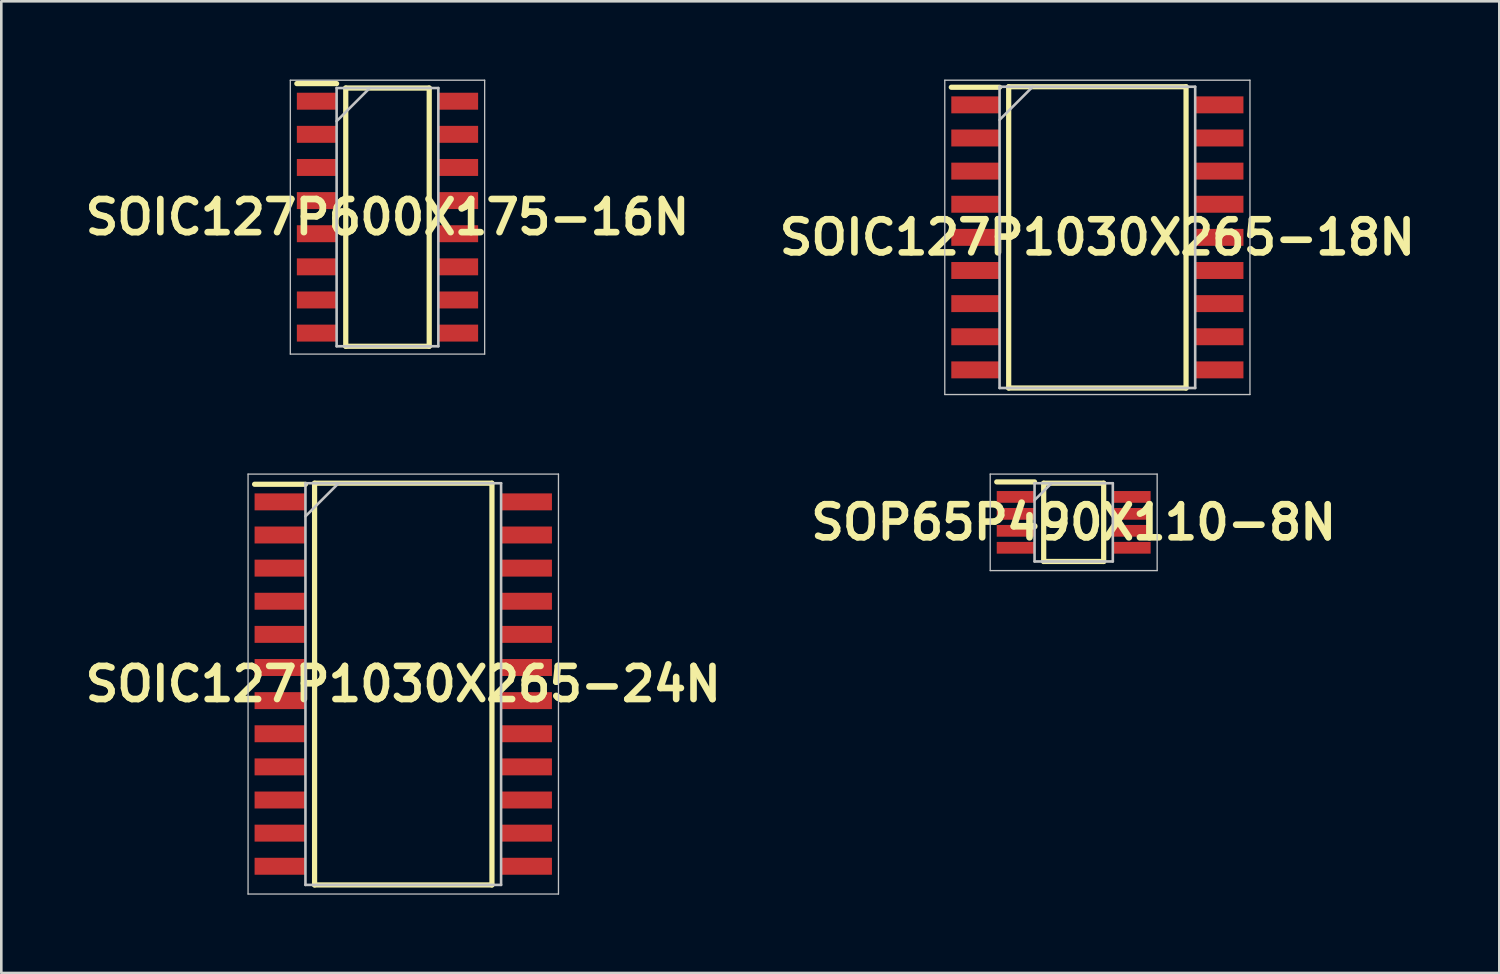
<source format=kicad_pcb>
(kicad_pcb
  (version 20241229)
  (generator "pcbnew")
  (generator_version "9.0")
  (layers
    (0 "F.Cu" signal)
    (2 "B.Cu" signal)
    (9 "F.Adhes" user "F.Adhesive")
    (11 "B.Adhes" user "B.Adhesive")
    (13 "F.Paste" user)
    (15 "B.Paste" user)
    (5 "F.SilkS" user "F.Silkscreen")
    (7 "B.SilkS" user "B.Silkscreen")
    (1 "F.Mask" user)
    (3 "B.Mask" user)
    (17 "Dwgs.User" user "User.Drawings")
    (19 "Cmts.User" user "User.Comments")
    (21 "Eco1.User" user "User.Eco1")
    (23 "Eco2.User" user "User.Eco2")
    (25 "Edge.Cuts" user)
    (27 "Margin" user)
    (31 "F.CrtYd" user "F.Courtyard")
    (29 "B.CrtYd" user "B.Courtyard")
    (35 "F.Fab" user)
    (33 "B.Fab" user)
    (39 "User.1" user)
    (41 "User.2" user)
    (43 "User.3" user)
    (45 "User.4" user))
  (footprint "SOP65P490X110-8N"
    (layer "F.Cu")
    (at 38.112 16.975)
    (property "Reference" "SOP65P490X110-8N" (at 0 0 0) (layer "F.SilkS") (effects (font (size 1.27 1.27) (thickness 0.254))))
    (attr smd)
    (fp_line (start -2.95 -1.55) (end -1.5 -1.55) (stroke (width 0.2) (type solid)) (layer "F.SilkS"))
    (fp_line (start -1.15 -1.5) (end 1.15 -1.5) (stroke (width 0.2) (type solid)) (layer "F.SilkS"))
    (fp_line (start -1.15 1.5) (end -1.15 -1.5) (stroke (width 0.2) (type solid)) (layer "F.SilkS"))
    (fp_line (start 1.15 -1.5) (end 1.15 1.5) (stroke (width 0.2) (type solid)) (layer "F.SilkS"))
    (fp_line (start 1.15 1.5) (end -1.15 1.5) (stroke (width 0.2) (type solid)) (layer "F.SilkS"))
    (fp_line (start -3.2 -1.85) (end 3.2 -1.85) (stroke (width 0.05) (type solid)) (layer "Dwgs.User"))
    (fp_line (start -3.2 1.85) (end -3.2 -1.85) (stroke (width 0.05) (type solid)) (layer "Dwgs.User"))
    (fp_line (start -1.5 -1.5) (end 1.5 -1.5) (stroke (width 0.1) (type solid)) (layer "Dwgs.User"))
    (fp_line (start -1.5 -0.85) (end -0.85 -1.5) (stroke (width 0.1) (type solid)) (layer "Dwgs.User"))
    (fp_line (start -1.5 1.5) (end -1.5 -1.5) (stroke (width 0.1) (type solid)) (layer "Dwgs.User"))
    (fp_line (start 1.5 -1.5) (end 1.5 1.5) (stroke (width 0.1) (type solid)) (layer "Dwgs.User"))
    (fp_line (start 1.5 1.5) (end -1.5 1.5) (stroke (width 0.1) (type solid)) (layer "Dwgs.User"))
    (fp_line (start 3.2 -1.85) (end 3.2 1.85) (stroke (width 0.05) (type solid)) (layer "Dwgs.User"))
    (fp_line (start 3.2 1.85) (end -3.2 1.85) (stroke (width 0.05) (type solid)) (layer "Dwgs.User"))
    (pad "1" smd rect (at -2.225 -0.975 90) (size 0.45 1.45) (layers "F.Cu" "F.Mask" "F.Paste"))
    (pad "2" smd rect (at -2.225 -0.325 90) (size 0.45 1.45) (layers "F.Cu" "F.Mask" "F.Paste"))
    (pad "3" smd rect (at -2.225 0.325 90) (size 0.45 1.45) (layers "F.Cu" "F.Mask" "F.Paste"))
    (pad "4" smd rect (at -2.225 0.975 90) (size 0.45 1.45) (layers "F.Cu" "F.Mask" "F.Paste"))
    (pad "5" smd rect (at 2.225 0.975 90) (size 0.45 1.45) (layers "F.Cu" "F.Mask" "F.Paste"))
    (pad "6" smd rect (at 2.225 0.325 90) (size 0.45 1.45) (layers "F.Cu" "F.Mask" "F.Paste"))
    (pad "7" smd rect (at 2.225 -0.325 90) (size 0.45 1.45) (layers "F.Cu" "F.Mask" "F.Paste"))
    (pad "8" smd rect (at 2.225 -0.975 90) (size 0.45 1.45) (layers "F.Cu" "F.Mask" "F.Paste")))
  (footprint "SOIC127P1030X265-18N"
    (layer "F.Cu")
    (at 39.02 6.05)
    (property "Reference" "SOIC127P1030X265-18N" (at 0 0 0) (layer "F.SilkS") (effects (font (size 1.27 1.27) (thickness 0.254))))
    (attr smd)
    (fp_line (start -5.6 -5.755) (end -3.75 -5.755) (stroke (width 0.2) (type solid)) (layer "F.SilkS"))
    (fp_line (start -3.4 -5.775) (end 3.4 -5.775) (stroke (width 0.2) (type solid)) (layer "F.SilkS"))
    (fp_line (start -3.4 5.775) (end -3.4 -5.775) (stroke (width 0.2) (type solid)) (layer "F.SilkS"))
    (fp_line (start 3.4 -5.775) (end 3.4 5.775) (stroke (width 0.2) (type solid)) (layer "F.SilkS"))
    (fp_line (start 3.4 5.775) (end -3.4 5.775) (stroke (width 0.2) (type solid)) (layer "F.SilkS"))
    (fp_line (start -5.85 -6.025) (end 5.85 -6.025) (stroke (width 0.05) (type solid)) (layer "Dwgs.User"))
    (fp_line (start -5.85 6.025) (end -5.85 -6.025) (stroke (width 0.05) (type solid)) (layer "Dwgs.User"))
    (fp_line (start -3.75 -5.775) (end 3.75 -5.775) (stroke (width 0.1) (type solid)) (layer "Dwgs.User"))
    (fp_line (start -3.75 -4.505) (end -2.48 -5.775) (stroke (width 0.1) (type solid)) (layer "Dwgs.User"))
    (fp_line (start -3.75 5.775) (end -3.75 -5.775) (stroke (width 0.1) (type solid)) (layer "Dwgs.User"))
    (fp_line (start 3.75 -5.775) (end 3.75 5.775) (stroke (width 0.1) (type solid)) (layer "Dwgs.User"))
    (fp_line (start 3.75 5.775) (end -3.75 5.775) (stroke (width 0.1) (type solid)) (layer "Dwgs.User"))
    (fp_line (start 5.85 -6.025) (end 5.85 6.025) (stroke (width 0.05) (type solid)) (layer "Dwgs.User"))
    (fp_line (start 5.85 6.025) (end -5.85 6.025) (stroke (width 0.05) (type solid)) (layer "Dwgs.User"))
    (pad "1" smd rect (at -4.675 -5.08 90) (size 0.65 1.85) (layers "F.Cu" "F.Mask" "F.Paste"))
    (pad "2" smd rect (at -4.675 -3.81 90) (size 0.65 1.85) (layers "F.Cu" "F.Mask" "F.Paste"))
    (pad "3" smd rect (at -4.675 -2.54 90) (size 0.65 1.85) (layers "F.Cu" "F.Mask" "F.Paste"))
    (pad "4" smd rect (at -4.675 -1.27 90) (size 0.65 1.85) (layers "F.Cu" "F.Mask" "F.Paste"))
    (pad "5" smd rect (at -4.675 0 90) (size 0.65 1.85) (layers "F.Cu" "F.Mask" "F.Paste"))
    (pad "6" smd rect (at -4.675 1.27 90) (size 0.65 1.85) (layers "F.Cu" "F.Mask" "F.Paste"))
    (pad "7" smd rect (at -4.675 2.54 90) (size 0.65 1.85) (layers "F.Cu" "F.Mask" "F.Paste"))
    (pad "8" smd rect (at -4.675 3.81 90) (size 0.65 1.85) (layers "F.Cu" "F.Mask" "F.Paste"))
    (pad "9" smd rect (at -4.675 5.08 90) (size 0.65 1.85) (layers "F.Cu" "F.Mask" "F.Paste"))
    (pad "10" smd rect (at 4.675 5.08 90) (size 0.65 1.85) (layers "F.Cu" "F.Mask" "F.Paste"))
    (pad "11" smd rect (at 4.675 3.81 90) (size 0.65 1.85) (layers "F.Cu" "F.Mask" "F.Paste"))
    (pad "12" smd rect (at 4.675 2.54 90) (size 0.65 1.85) (layers "F.Cu" "F.Mask" "F.Paste"))
    (pad "13" smd rect (at 4.675 1.27 90) (size 0.65 1.85) (layers "F.Cu" "F.Mask" "F.Paste"))
    (pad "14" smd rect (at 4.675 0 90) (size 0.65 1.85) (layers "F.Cu" "F.Mask" "F.Paste"))
    (pad "15" smd rect (at 4.675 -1.27 90) (size 0.65 1.85) (layers "F.Cu" "F.Mask" "F.Paste"))
    (pad "16" smd rect (at 4.675 -2.54 90) (size 0.65 1.85) (layers "F.Cu" "F.Mask" "F.Paste"))
    (pad "17" smd rect (at 4.675 -3.81 90) (size 0.65 1.85) (layers "F.Cu" "F.Mask" "F.Paste"))
    (pad "18" smd rect (at 4.675 -5.08 90) (size 0.65 1.85) (layers "F.Cu" "F.Mask" "F.Paste")))
  (footprint "SOIC127P600X175-16N"
    (layer "F.Cu")
    (at 11.805 5.275)
    (property "Reference" "SOIC127P600X175-16N" (at 0 0 0) (layer "F.SilkS") (effects (font (size 1.27 1.27) (thickness 0.254))))
    (attr smd)
    (fp_line (start -3.475 -5.12) (end -1.95 -5.12) (stroke (width 0.2) (type solid)) (layer "F.SilkS"))
    (fp_line (start -1.6 -4.95) (end 1.6 -4.95) (stroke (width 0.2) (type solid)) (layer "F.SilkS"))
    (fp_line (start -1.6 4.95) (end -1.6 -4.95) (stroke (width 0.2) (type solid)) (layer "F.SilkS"))
    (fp_line (start 1.6 -4.95) (end 1.6 4.95) (stroke (width 0.2) (type solid)) (layer "F.SilkS"))
    (fp_line (start 1.6 4.95) (end -1.6 4.95) (stroke (width 0.2) (type solid)) (layer "F.SilkS"))
    (fp_line (start -3.725 -5.25) (end 3.725 -5.25) (stroke (width 0.05) (type solid)) (layer "Dwgs.User"))
    (fp_line (start -3.725 5.25) (end -3.725 -5.25) (stroke (width 0.05) (type solid)) (layer "Dwgs.User"))
    (fp_line (start -1.95 -4.95) (end 1.95 -4.95) (stroke (width 0.1) (type solid)) (layer "Dwgs.User"))
    (fp_line (start -1.95 -3.68) (end -0.68 -4.95) (stroke (width 0.1) (type solid)) (layer "Dwgs.User"))
    (fp_line (start -1.95 4.95) (end -1.95 -4.95) (stroke (width 0.1) (type solid)) (layer "Dwgs.User"))
    (fp_line (start 1.95 -4.95) (end 1.95 4.95) (stroke (width 0.1) (type solid)) (layer "Dwgs.User"))
    (fp_line (start 1.95 4.95) (end -1.95 4.95) (stroke (width 0.1) (type solid)) (layer "Dwgs.User"))
    (fp_line (start 3.725 -5.25) (end 3.725 5.25) (stroke (width 0.05) (type solid)) (layer "Dwgs.User"))
    (fp_line (start 3.725 5.25) (end -3.725 5.25) (stroke (width 0.05) (type solid)) (layer "Dwgs.User"))
    (pad "1" smd rect (at -2.712 -4.445 90) (size 0.65 1.525) (layers "F.Cu" "F.Mask" "F.Paste"))
    (pad "2" smd rect (at -2.712 -3.175 90) (size 0.65 1.525) (layers "F.Cu" "F.Mask" "F.Paste"))
    (pad "3" smd rect (at -2.712 -1.905 90) (size 0.65 1.525) (layers "F.Cu" "F.Mask" "F.Paste"))
    (pad "4" smd rect (at -2.712 -0.635 90) (size 0.65 1.525) (layers "F.Cu" "F.Mask" "F.Paste"))
    (pad "5" smd rect (at -2.712 0.635 90) (size 0.65 1.525) (layers "F.Cu" "F.Mask" "F.Paste"))
    (pad "6" smd rect (at -2.712 1.905 90) (size 0.65 1.525) (layers "F.Cu" "F.Mask" "F.Paste"))
    (pad "7" smd rect (at -2.712 3.175 90) (size 0.65 1.525) (layers "F.Cu" "F.Mask" "F.Paste"))
    (pad "8" smd rect (at -2.712 4.445 90) (size 0.65 1.525) (layers "F.Cu" "F.Mask" "F.Paste"))
    (pad "9" smd rect (at 2.712 4.445 90) (size 0.65 1.525) (layers "F.Cu" "F.Mask" "F.Paste"))
    (pad "10" smd rect (at 2.712 3.175 90) (size 0.65 1.525) (layers "F.Cu" "F.Mask" "F.Paste"))
    (pad "11" smd rect (at 2.712 1.905 90) (size 0.65 1.525) (layers "F.Cu" "F.Mask" "F.Paste"))
    (pad "12" smd rect (at 2.712 0.635 90) (size 0.65 1.525) (layers "F.Cu" "F.Mask" "F.Paste"))
    (pad "13" smd rect (at 2.712 -0.635 90) (size 0.65 1.525) (layers "F.Cu" "F.Mask" "F.Paste"))
    (pad "14" smd rect (at 2.712 -1.905 90) (size 0.65 1.525) (layers "F.Cu" "F.Mask" "F.Paste"))
    (pad "15" smd rect (at 2.712 -3.175 90) (size 0.65 1.525) (layers "F.Cu" "F.Mask" "F.Paste"))
    (pad "16" smd rect (at 2.712 -4.445 90) (size 0.65 1.525) (layers "F.Cu" "F.Mask" "F.Paste")))
  (footprint "SOIC127P1030X265-24N"
    (layer "F.Cu")
    (at 12.41 23.175)
    (property "Reference" "SOIC127P1030X265-24N" (at 0 0 0) (layer "F.SilkS") (effects (font (size 1.27 1.27) (thickness 0.254))))
    (attr smd)
    (fp_line (start -5.7 -7.66) (end -3.75 -7.66) (stroke (width 0.2) (type solid)) (layer "F.SilkS"))
    (fp_line (start -3.4 -7.7) (end 3.4 -7.7) (stroke (width 0.2) (type solid)) (layer "F.SilkS"))
    (fp_line (start -3.4 7.7) (end -3.4 -7.7) (stroke (width 0.2) (type solid)) (layer "F.SilkS"))
    (fp_line (start 3.4 -7.7) (end 3.4 7.7) (stroke (width 0.2) (type solid)) (layer "F.SilkS"))
    (fp_line (start 3.4 7.7) (end -3.4 7.7) (stroke (width 0.2) (type solid)) (layer "F.SilkS"))
    (fp_line (start -5.95 -8.05) (end 5.95 -8.05) (stroke (width 0.05) (type solid)) (layer "Dwgs.User"))
    (fp_line (start -5.95 8.05) (end -5.95 -8.05) (stroke (width 0.05) (type solid)) (layer "Dwgs.User"))
    (fp_line (start -3.75 -7.7) (end 3.75 -7.7) (stroke (width 0.1) (type solid)) (layer "Dwgs.User"))
    (fp_line (start -3.75 -6.43) (end -2.48 -7.7) (stroke (width 0.1) (type solid)) (layer "Dwgs.User"))
    (fp_line (start -3.75 7.7) (end -3.75 -7.7) (stroke (width 0.1) (type solid)) (layer "Dwgs.User"))
    (fp_line (start 3.75 -7.7) (end 3.75 7.7) (stroke (width 0.1) (type solid)) (layer "Dwgs.User"))
    (fp_line (start 3.75 7.7) (end -3.75 7.7) (stroke (width 0.1) (type solid)) (layer "Dwgs.User"))
    (fp_line (start 5.95 -8.05) (end 5.95 8.05) (stroke (width 0.05) (type solid)) (layer "Dwgs.User"))
    (fp_line (start 5.95 8.05) (end -5.95 8.05) (stroke (width 0.05) (type solid)) (layer "Dwgs.User"))
    (pad "1" smd rect (at -4.725 -6.985 90) (size 0.65 1.95) (layers "F.Cu" "F.Mask" "F.Paste"))
    (pad "2" smd rect (at -4.725 -5.715 90) (size 0.65 1.95) (layers "F.Cu" "F.Mask" "F.Paste"))
    (pad "3" smd rect (at -4.725 -4.445 90) (size 0.65 1.95) (layers "F.Cu" "F.Mask" "F.Paste"))
    (pad "4" smd rect (at -4.725 -3.175 90) (size 0.65 1.95) (layers "F.Cu" "F.Mask" "F.Paste"))
    (pad "5" smd rect (at -4.725 -1.905 90) (size 0.65 1.95) (layers "F.Cu" "F.Mask" "F.Paste"))
    (pad "6" smd rect (at -4.725 -0.635 90) (size 0.65 1.95) (layers "F.Cu" "F.Mask" "F.Paste"))
    (pad "7" smd rect (at -4.725 0.635 90) (size 0.65 1.95) (layers "F.Cu" "F.Mask" "F.Paste"))
    (pad "8" smd rect (at -4.725 1.905 90) (size 0.65 1.95) (layers "F.Cu" "F.Mask" "F.Paste"))
    (pad "9" smd rect (at -4.725 3.175 90) (size 0.65 1.95) (layers "F.Cu" "F.Mask" "F.Paste"))
    (pad "10" smd rect (at -4.725 4.445 90) (size 0.65 1.95) (layers "F.Cu" "F.Mask" "F.Paste"))
    (pad "11" smd rect (at -4.725 5.715 90) (size 0.65 1.95) (layers "F.Cu" "F.Mask" "F.Paste"))
    (pad "12" smd rect (at -4.725 6.985 90) (size 0.65 1.95) (layers "F.Cu" "F.Mask" "F.Paste"))
    (pad "13" smd rect (at 4.725 6.985 90) (size 0.65 1.95) (layers "F.Cu" "F.Mask" "F.Paste"))
    (pad "14" smd rect (at 4.725 5.715 90) (size 0.65 1.95) (layers "F.Cu" "F.Mask" "F.Paste"))
    (pad "15" smd rect (at 4.725 4.445 90) (size 0.65 1.95) (layers "F.Cu" "F.Mask" "F.Paste"))
    (pad "16" smd rect (at 4.725 3.175 90) (size 0.65 1.95) (layers "F.Cu" "F.Mask" "F.Paste"))
    (pad "17" smd rect (at 4.725 1.905 90) (size 0.65 1.95) (layers "F.Cu" "F.Mask" "F.Paste"))
    (pad "18" smd rect (at 4.725 0.635 90) (size 0.65 1.95) (layers "F.Cu" "F.Mask" "F.Paste"))
    (pad "19" smd rect (at 4.725 -0.635 90) (size 0.65 1.95) (layers "F.Cu" "F.Mask" "F.Paste"))
    (pad "20" smd rect (at 4.725 -1.905 90) (size 0.65 1.95) (layers "F.Cu" "F.Mask" "F.Paste"))
    (pad "21" smd rect (at 4.725 -3.175 90) (size 0.65 1.95) (layers "F.Cu" "F.Mask" "F.Paste"))
    (pad "22" smd rect (at 4.725 -4.445 90) (size 0.65 1.95) (layers "F.Cu" "F.Mask" "F.Paste"))
    (pad "23" smd rect (at 4.725 -5.715 90) (size 0.65 1.95) (layers "F.Cu" "F.Mask" "F.Paste"))
    (pad "24" smd rect (at 4.725 -6.985 90) (size 0.65 1.95) (layers "F.Cu" "F.Mask" "F.Paste")))
  (gr_rect
    (start -3 -3)
    (end 54.429 34.25)
    (stroke (width 0.1) (type default))
    (fill no)
    (layer "Edge.Cuts")))
</source>
